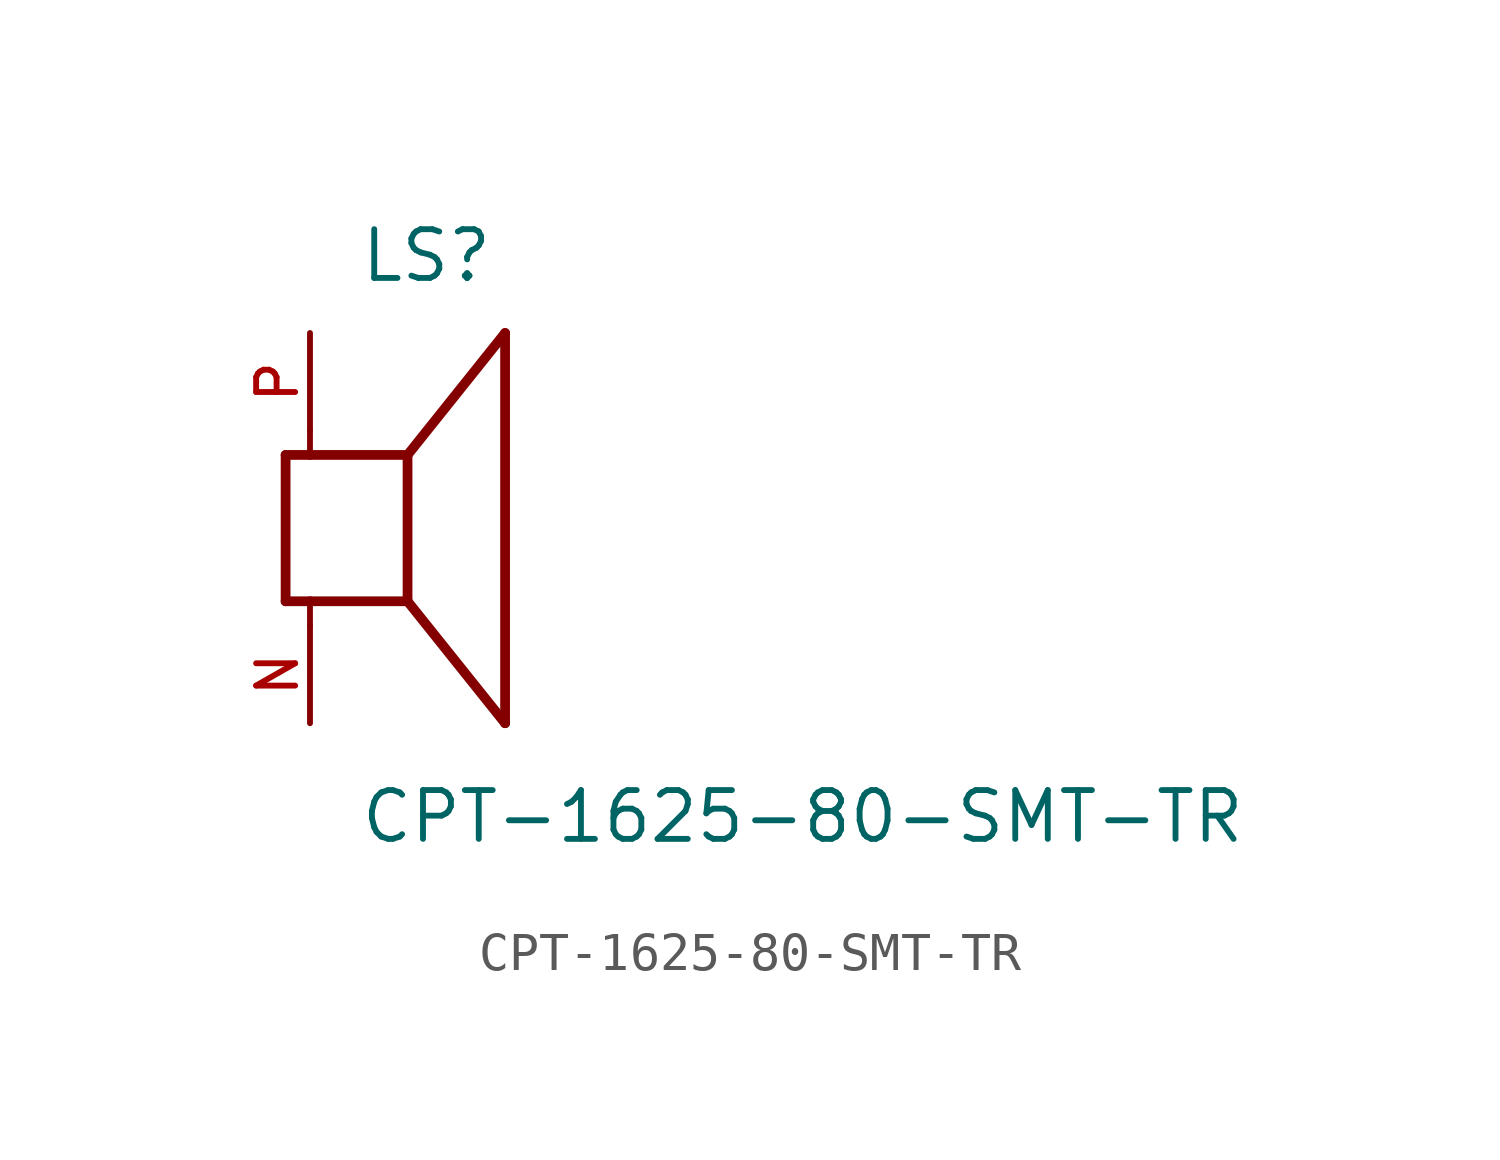
<source format=kicad_sym>
(kicad_symbol_lib
  (version 20211014)
  (generator kicad_symbol_editor)
  (symbol "CPT-1625-80-SMT-TR"
    (pin_names
      (offset 1.016))
    (property "Reference" "LS"
      (at -1.27 6.35 0)
      (effects (font (size 1.27 1.27)) (justify bottom left)))
    (property "Value" "CPT-1625-80-SMT-TR"
      (at -1.27 -8.255 0)
      (effects (font (size 1.27 1.27)) (justify bottom left)))
    (symbol "CPT-1625-80-SMT-TR_0_0"
      (polyline (pts (xy -3.175 1.905) (xy -3.175 -1.905)) (stroke (width 0.254)))
      (polyline (pts (xy -3.175 -1.905) (xy -2.54 -1.905)) (stroke (width 0.254)))
      (polyline (pts (xy 0.0 -1.905) (xy 0.0 1.905)) (stroke (width 0.254)))
      (polyline (pts (xy -3.175 1.905) (xy -2.54 1.905)) (stroke (width 0.254)))
      (polyline (pts (xy 0.0 -1.905) (xy 2.54 -5.08)) (stroke (width 0.254)))
      (polyline (pts (xy 2.54 -5.08) (xy 2.54 5.08)) (stroke (width 0.254)))
      (polyline (pts (xy 0.0 1.905) (xy 2.54 5.08)) (stroke (width 0.254)))
      (polyline (pts (xy -2.54 -2.54) (xy -2.54 -1.905)) (stroke (width 0.152)))
      (polyline (pts (xy -2.54 -1.905) (xy 0.0 -1.905)) (stroke (width 0.254)))
      (polyline (pts (xy -2.54 2.54) (xy -2.54 1.905)) (stroke (width 0.152)))
      (polyline (pts (xy -2.54 1.905) (xy 0.0 1.905)) (stroke (width 0.254)))
      (pin passive line (at -2.54 -5.08 90.0) (length 2.54) (name "~" (effects (font (size 1.016 1.016)))) (number "N" (effects (font (size 1.016 1.016)))))
      (pin passive line (at -2.54 5.08 270.0) (length 2.54) (name "~" (effects (font (size 1.016 1.016)))) (number "P" (effects (font (size 1.016 1.016))))))))
</source>
